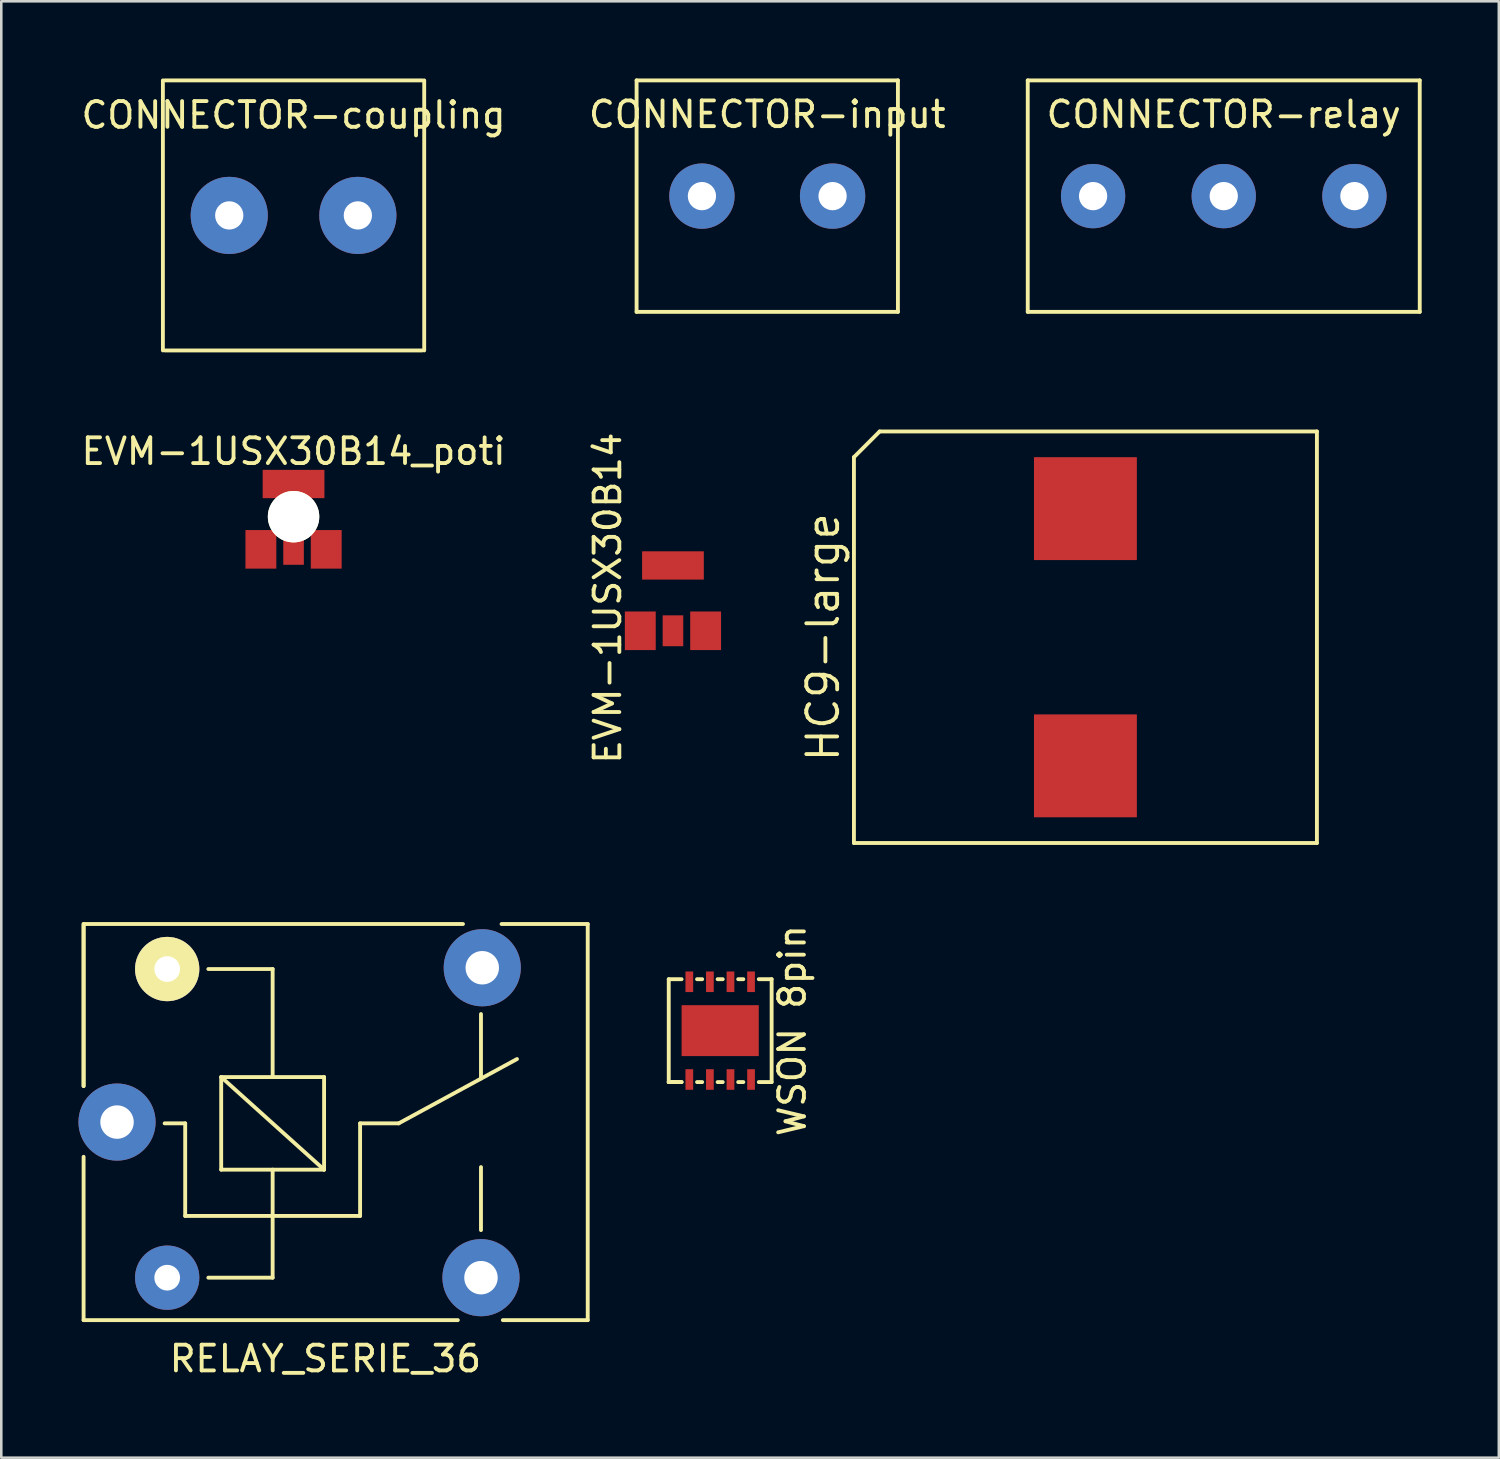
<source format=kicad_pcb>
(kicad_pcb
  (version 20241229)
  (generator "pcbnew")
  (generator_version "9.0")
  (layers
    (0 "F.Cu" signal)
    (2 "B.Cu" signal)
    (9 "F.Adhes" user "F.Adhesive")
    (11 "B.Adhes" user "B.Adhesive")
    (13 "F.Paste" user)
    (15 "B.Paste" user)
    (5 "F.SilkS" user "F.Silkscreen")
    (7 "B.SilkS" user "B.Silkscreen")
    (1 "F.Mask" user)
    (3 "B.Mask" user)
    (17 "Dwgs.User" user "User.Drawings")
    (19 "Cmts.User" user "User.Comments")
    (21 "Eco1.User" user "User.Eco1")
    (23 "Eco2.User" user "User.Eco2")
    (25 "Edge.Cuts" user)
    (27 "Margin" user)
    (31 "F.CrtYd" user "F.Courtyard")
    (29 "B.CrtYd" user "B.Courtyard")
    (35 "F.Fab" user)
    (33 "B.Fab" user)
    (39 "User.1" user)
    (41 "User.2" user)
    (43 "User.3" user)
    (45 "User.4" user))
  (footprint "EVM-1USX30B14"
    (layer "F.Cu")
    (at 23.114 20.204)
    (property "Reference" "EVM-1USX30B14" (at -2.54 0 90) (layer "F.SilkS") (effects (font (size 1 1) (thickness 0.15))))
    (attr through_hole)
    (pad "1" smd rect (at -1.27 1.27) (size 1.2 1.5) (layers "F.Cu" "F.Mask" "F.Paste"))
    (pad "2" smd rect (at 0 1.27) (size 0.8 1.2) (layers "F.Cu" "F.Mask" "F.Paste"))
    (pad "3" smd rect (at 1.27 1.27) (size 1.2 1.5) (layers "F.Cu" "F.Mask" "F.Paste"))
    (pad "4" smd rect (at 0 -1.27) (size 2.4 1.1) (layers "F.Cu" "F.Mask" "F.Paste")))
  (footprint "CONNECTOR-relay"
    (layer "F.Cu")
    (at 44.528 4.575)
    (property "Reference" "CONNECTOR-relay" (at 0 -3.175 0) (layer "F.SilkS") (effects (font (size 1 1) (thickness 0.15))))
    (attr exclude_from_pos_files exclude_from_bom)
    (fp_line (start -7.62 -4.5) (end -7.62 4.5) (stroke (width 0.15) (type solid)) (layer "F.SilkS"))
    (fp_line (start -7.62 -4.5) (end 7.62 -4.5) (stroke (width 0.15) (type solid)) (layer "F.SilkS"))
    (fp_line (start 7.62 -4.5) (end 7.62 4.5) (stroke (width 0.15) (type solid)) (layer "F.SilkS"))
    (fp_line (start 7.62 4.5) (end -7.62 4.5) (stroke (width 0.15) (type solid)) (layer "F.SilkS"))
    (pad "1" thru_hole circle (at -5.08 0) (size 2.5 2.5) (drill 1.1) (layers "*.Cu" "*.Mask"))
    (pad "2" thru_hole circle (at 0 0) (size 2.5 2.5) (drill 1.1) (layers "*.Cu" "*.Mask"))
    (pad "3" thru_hole circle (at 5.08 0) (size 2.5 2.5) (drill 1.1) (layers "*.Cu" "*.Mask")))
  (footprint "CONNECTOR-input"
    (layer "F.Cu")
    (at 26.78 4.575)
    (property "Reference" "CONNECTOR-input" (at 0 -3.175 0) (layer "F.SilkS") (effects (font (size 1 1) (thickness 0.15))))
    (attr exclude_from_pos_files exclude_from_bom)
    (fp_line (start -5.08 -4.5) (end -5.08 4.5) (stroke (width 0.15) (type solid)) (layer "F.SilkS"))
    (fp_line (start -5.08 -4.5) (end 5.08 -4.5) (stroke (width 0.15) (type solid)) (layer "F.SilkS"))
    (fp_line (start 5.08 -4.5) (end 5.08 4.5) (stroke (width 0.15) (type solid)) (layer "F.SilkS"))
    (fp_line (start 5.08 4.5) (end -5.08 4.5) (stroke (width 0.15) (type solid)) (layer "F.SilkS"))
    (pad "1" thru_hole circle (at -2.54 0) (size 2.54 2.54) (drill 1.1) (layers "*.Cu" "*.Mask"))
    (pad "2" thru_hole circle (at 2.54 0) (size 2.54 2.54) (drill 1.1) (layers "*.Cu" "*.Mask")))
  (footprint "RELAY_SERIE_36"
    (layer "F.Cu")
    (at 1.5 40.575)
    (property "Reference" "RELAY_SERIE_36" (at 8.1 9.2 0) (layer "F.SilkS") (effects (font (size 1 1) (thickness 0.15))))
    (attr through_hole)
    (fp_line (start -1.3 -7.7) (end 13.45 -7.7) (stroke (width 0.15) (type solid)) (layer "F.SilkS"))
    (fp_line (start -1.3 -7.65) (end -1.3 -1.4) (stroke (width 0.15) (type solid)) (layer "F.SilkS"))
    (fp_line (start -1.3 -1.4) (end -1.3 -7.7) (stroke (width 0.15) (type solid)) (layer "F.SilkS"))
    (fp_line (start -1.3 1.35) (end -1.3 7.7) (stroke (width 0.15) (type solid)) (layer "F.SilkS"))
    (fp_line (start -1.3 7.7) (end 13.25 7.7) (stroke (width 0.15) (type solid)) (layer "F.SilkS"))
    (fp_line (start 2.65 0.05) (end 1.85 0.05) (stroke (width 0.15) (type solid)) (layer "F.SilkS"))
    (fp_line (start 2.65 0.05) (end 2.65 3.65) (stroke (width 0.15) (type solid)) (layer "F.SilkS"))
    (fp_line (start 3.55 6.05) (end 6.05 6.05) (stroke (width 0.15) (type solid)) (layer "F.SilkS"))
    (fp_line (start 4.05 -1.75) (end 8.05 -1.75) (stroke (width 0.15) (type solid)) (layer "F.SilkS"))
    (fp_line (start 4.05 1.85) (end 4.05 -1.75) (stroke (width 0.15) (type solid)) (layer "F.SilkS"))
    (fp_line (start 6.05 -5.95) (end 3.55 -5.95) (stroke (width 0.15) (type solid)) (layer "F.SilkS"))
    (fp_line (start 6.05 -5.95) (end 6.05 -1.75) (stroke (width 0.15) (type solid)) (layer "F.SilkS"))
    (fp_line (start 6.05 1.85) (end 6.05 6.05) (stroke (width 0.15) (type solid)) (layer "F.SilkS"))
    (fp_line (start 8.05 -1.75) (end 8.05 1.85) (stroke (width 0.15) (type solid)) (layer "F.SilkS"))
    (fp_line (start 8.05 1.85) (end 4.05 -1.75) (stroke (width 0.15) (type solid)) (layer "F.SilkS"))
    (fp_line (start 8.05 1.85) (end 4.05 1.85) (stroke (width 0.15) (type solid)) (layer "F.SilkS"))
    (fp_line (start 9.45 0.05) (end 9.45 3.65) (stroke (width 0.15) (type solid)) (layer "F.SilkS"))
    (fp_line (start 9.45 0.05) (end 10.95 0.05) (stroke (width 0.15) (type solid)) (layer "F.SilkS"))
    (fp_line (start 9.45 3.65) (end 2.65 3.65) (stroke (width 0.15) (type solid)) (layer "F.SilkS"))
    (fp_line (start 10.95 0.05) (end 15.55 -2.45) (stroke (width 0.15) (type solid)) (layer "F.SilkS"))
    (fp_line (start 14.15 -4.2) (end 14.15 -1.7) (stroke (width 0.15) (type solid)) (layer "F.SilkS"))
    (fp_line (start 14.15 4.2) (end 14.15 1.75) (stroke (width 0.15) (type solid)) (layer "F.SilkS"))
    (fp_line (start 15 7.7) (end 18.3 7.7) (stroke (width 0.15) (type solid)) (layer "F.SilkS"))
    (fp_line (start 18.3 -7.7) (end 14.95 -7.7) (stroke (width 0.15) (type solid)) (layer "F.SilkS"))
    (fp_line (start 18.3 7.7) (end 18.3 -7.7) (stroke (width 0.15) (type solid)) (layer "F.SilkS"))
    (pad "11" thru_hole circle (at 0 0 90) (size 3 3) (drill 1.3) (layers "*.Cu" "*.Mask"))
    (pad "12" thru_hole circle (at 14.2 -6 90) (size 3 3) (drill 1.3) (layers "*.Cu" "*.Mask"))
    (pad "14" thru_hole circle (at 14.15 6.05 90) (size 3 3) (drill 1.3) (layers "*.Cu" "*.Mask"))
    (pad "A1" thru_hole circle (at 1.95 -5.95 90) (size 2.5 2.5) (drill 1) (layers "*.Cu" "*.Mask" "F.SilkS"))
    (pad "A2" thru_hole circle (at 1.95 6.05 90) (size 2.5 2.5) (drill 1) (layers "*.Cu" "*.Mask")))
  (footprint "WSON 8pin"
    (layer "F.Cu")
    (at 24.95 37.02)
    (property "Reference" "WSON 8pin" (at 2.8 0 90) (layer "F.SilkS") (effects (font (size 1 1) (thickness 0.15))))
    (attr through_hole)
    (fp_line (start -2 -2) (end -2 2) (stroke (width 0.15) (type solid)) (layer "F.SilkS"))
    (fp_line (start -2 2) (end -1.7 2) (stroke (width 0.15) (type solid)) (layer "F.SilkS"))
    (fp_line (start -2 2) (end -1.5 2) (stroke (width 0.15) (type solid)) (layer "F.SilkS"))
    (fp_line (start -1.9 2) (end -2 2) (stroke (width 0.15) (type solid)) (layer "F.SilkS"))
    (fp_line (start -1.5 -2) (end -2 -2) (stroke (width 0.15) (type solid)) (layer "F.SilkS"))
    (fp_line (start -1.5 2) (end -1.9 2) (stroke (width 0.15) (type solid)) (layer "F.SilkS"))
    (fp_line (start -0.9 2) (end -0.7 2) (stroke (width 0.15) (type solid)) (layer "F.SilkS"))
    (fp_line (start -0.7 -2) (end -0.9 -2) (stroke (width 0.15) (type solid)) (layer "F.SilkS"))
    (fp_line (start -0.1 2) (end 0.1 2) (stroke (width 0.15) (type solid)) (layer "F.SilkS"))
    (fp_line (start 0.1 -2) (end -0.1 -2) (stroke (width 0.15) (type solid)) (layer "F.SilkS"))
    (fp_line (start 0.7 2) (end 0.9 2) (stroke (width 0.15) (type solid)) (layer "F.SilkS"))
    (fp_line (start 0.9 -2) (end 0.7 -2) (stroke (width 0.15) (type solid)) (layer "F.SilkS"))
    (fp_line (start 1.5 2) (end 2 2) (stroke (width 0.15) (type solid)) (layer "F.SilkS"))
    (fp_line (start 2 -2) (end 1.5 -2) (stroke (width 0.15) (type solid)) (layer "F.SilkS"))
    (fp_line (start 2 2) (end 2 -2) (stroke (width 0.15) (type solid)) (layer "F.SilkS"))
    (pad "1" smd rect (at -1.2 -1.9) (size 0.3 0.8) (layers "F.Cu" "F.Mask" "F.Paste"))
    (pad "2" smd rect (at -0.4 -1.9) (size 0.3 0.8) (layers "F.Cu" "F.Mask" "F.Paste"))
    (pad "3" smd rect (at 0.4 -1.9) (size 0.3 0.8) (layers "F.Cu" "F.Mask" "F.Paste"))
    (pad "4" smd rect (at 1.2 -1.9) (size 0.3 0.8) (layers "F.Cu" "F.Mask" "F.Paste"))
    (pad "5" smd rect (at 1.2 1.9) (size 0.3 0.8) (layers "F.Cu" "F.Mask" "F.Paste"))
    (pad "6" smd rect (at 0.4 1.9) (size 0.3 0.8) (layers "F.Cu" "F.Mask" "F.Paste"))
    (pad "7" smd rect (at -0.4 1.9) (size 0.3 0.8) (layers "F.Cu" "F.Mask" "F.Paste"))
    (pad "8" smd rect (at -1.2 1.9) (size 0.3 0.8) (layers "F.Cu" "F.Mask" "F.Paste"))
    (pad "9" smd rect (at 0 0) (size 3 1.98) (layers "F.Cu" "F.Mask" "F.Paste")))
  (footprint "EVM-1USX30B14_poti"
    (placed yes)
    (layer "F.Cu")
    (at 8.363 17.038)
    (property "Reference" "EVM-1USX30B14_poti" (at 0 -2.54 180) (layer "F.SilkS") (effects (font (size 1 1) (thickness 0.15))))
    (attr through_hole)
    (pad "" np_thru_hole circle (at 0 0) (size 2 2) (drill 2) (layers "*.Cu" "*.Mask" "F.SilkS"))
    (pad "1" smd rect (at -1.27 1.27) (size 1.2 1.5) (layers "F.Cu" "F.Mask" "F.Paste"))
    (pad "2" smd rect (at 0 1.27) (size 0.8 1.2) (layers "F.Cu" "F.Mask" "F.Paste"))
    (pad "3" smd rect (at 1.27 1.27) (size 1.2 1.5) (layers "F.Cu" "F.Mask" "F.Paste"))
    (pad "4" smd rect (at 0 -1.27) (size 2.4 1.1) (layers "F.Cu" "F.Mask" "F.Paste")))
  (footprint "CONNECTOR-coupling"
    (layer "F.Cu")
    (at 8.363 5.325)
    (property "Reference" "CONNECTOR-coupling" (at 0 -3.9 0) (layer "F.SilkS") (effects (font (size 1 1) (thickness 0.15))))
    (attr exclude_from_pos_files exclude_from_bom)
    (fp_line (start -5.08 -5.25) (end -5.08 5.25) (stroke (width 0.15) (type solid)) (layer "F.SilkS"))
    (fp_line (start -5 -5.25) (end 5 -5.25) (stroke (width 0.15) (type solid)) (layer "F.SilkS"))
    (fp_line (start 5 5.25) (end -5 5.25) (stroke (width 0.15) (type solid)) (layer "F.SilkS"))
    (fp_line (start 5.08 -5.25) (end 5.08 5.25) (stroke (width 0.15) (type solid)) (layer "F.SilkS"))
    (pad "1" thru_hole circle (at -2.5 0) (size 3 3) (drill 1.1) (layers "*.Cu" "*.Mask"))
    (pad "2" thru_hole circle (at 2.5 0) (size 3 3) (drill 1.1) (layers "*.Cu" "*.Mask")))
  (footprint "HC9-large"
    (layer "F.Cu")
    (at 39.15 21.725)
    (property "Reference" "HC9-large" (at -10.2 0 90) (layer "F.SilkS") (effects (font (size 1.2 1.2) (thickness 0.15))))
    (attr through_hole)
    (fp_line (start -9 -7) (end -9 8) (stroke (width 0.15) (type solid)) (layer "F.SilkS"))
    (fp_line (start -9 8) (end 9 8) (stroke (width 0.15) (type solid)) (layer "F.SilkS"))
    (fp_line (start -8 -8) (end -9 -7) (stroke (width 0.15) (type solid)) (layer "F.SilkS"))
    (fp_line (start 9 -8) (end -8 -8) (stroke (width 0.15) (type solid)) (layer "F.SilkS"))
    (fp_line (start 9 8) (end 9 -8) (stroke (width 0.15) (type solid)) (layer "F.SilkS"))
    (pad "1" smd rect (at 0 5) (size 4 4) (layers "F.Cu" "F.Mask" "F.Paste"))
    (pad "2" smd rect (at 0 -5) (size 4 4) (layers "F.Cu" "F.Mask" "F.Paste")))
  (gr_rect
    (start -3 -3)
    (end 55.223 53.623)
    (stroke (width 0.1) (type default))
    (fill no)
    (layer "Edge.Cuts")))
</source>
